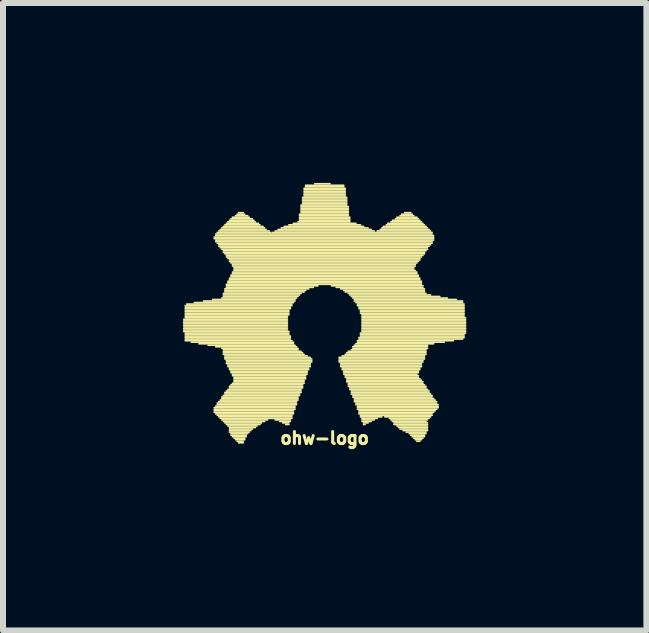
<source format=kicad_pcb>
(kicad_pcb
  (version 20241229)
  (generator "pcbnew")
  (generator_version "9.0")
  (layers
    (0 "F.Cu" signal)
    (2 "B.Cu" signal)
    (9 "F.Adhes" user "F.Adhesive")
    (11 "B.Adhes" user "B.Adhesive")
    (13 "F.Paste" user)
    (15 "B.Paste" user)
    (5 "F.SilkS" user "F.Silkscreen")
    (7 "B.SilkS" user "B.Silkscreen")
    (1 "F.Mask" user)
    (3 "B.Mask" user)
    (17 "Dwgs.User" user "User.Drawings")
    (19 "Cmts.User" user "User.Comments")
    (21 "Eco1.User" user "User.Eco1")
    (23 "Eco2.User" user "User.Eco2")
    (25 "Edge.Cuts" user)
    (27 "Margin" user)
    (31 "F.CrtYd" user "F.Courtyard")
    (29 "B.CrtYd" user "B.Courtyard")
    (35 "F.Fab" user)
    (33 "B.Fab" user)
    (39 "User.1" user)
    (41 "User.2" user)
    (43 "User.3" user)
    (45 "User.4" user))
  (footprint "ohw-logo"
    (layer "F.Cu")
    (at 2.363 2.325)
    (property "Reference" "ohw-logo" (at 0 1.93 0) (layer "F.SilkS") (effects (font (size 0.2 0.2) (thickness 0.05))))
    (attr through_hole)
    (fp_line (start -2.349 -0.051) (end -0.622 -0.051) (stroke (width 0.028) (type solid)) (layer "F.SilkS"))
    (fp_line (start -2.349 -0.025) (end -0.622 -0.025) (stroke (width 0.028) (type solid)) (layer "F.SilkS"))
    (fp_line (start -2.349 0) (end -0.622 0) (stroke (width 0.028) (type solid)) (layer "F.SilkS"))
    (fp_line (start -2.349 0.025) (end -0.622 0.025) (stroke (width 0.028) (type solid)) (layer "F.SilkS"))
    (fp_line (start -2.349 0.051) (end -0.622 0.051) (stroke (width 0.028) (type solid)) (layer "F.SilkS"))
    (fp_line (start -2.349 0.076) (end -0.622 0.076) (stroke (width 0.028) (type solid)) (layer "F.SilkS"))
    (fp_line (start -2.349 0.102) (end -0.622 0.102) (stroke (width 0.028) (type solid)) (layer "F.SilkS"))
    (fp_line (start -2.349 0.127) (end -0.622 0.127) (stroke (width 0.028) (type solid)) (layer "F.SilkS"))
    (fp_line (start -2.349 0.152) (end -0.597 0.152) (stroke (width 0.028) (type solid)) (layer "F.SilkS"))
    (fp_line (start -2.324 -0.279) (end -0.546 -0.279) (stroke (width 0.028) (type solid)) (layer "F.SilkS"))
    (fp_line (start -2.324 -0.254) (end -0.572 -0.254) (stroke (width 0.028) (type solid)) (layer "F.SilkS"))
    (fp_line (start -2.324 -0.229) (end -0.572 -0.229) (stroke (width 0.028) (type solid)) (layer "F.SilkS"))
    (fp_line (start -2.324 -0.203) (end -0.597 -0.203) (stroke (width 0.028) (type solid)) (layer "F.SilkS"))
    (fp_line (start -2.324 -0.178) (end -0.597 -0.178) (stroke (width 0.028) (type solid)) (layer "F.SilkS"))
    (fp_line (start -2.324 -0.152) (end -0.597 -0.152) (stroke (width 0.028) (type solid)) (layer "F.SilkS"))
    (fp_line (start -2.324 -0.127) (end -0.597 -0.127) (stroke (width 0.028) (type solid)) (layer "F.SilkS"))
    (fp_line (start -2.324 -0.102) (end -0.622 -0.102) (stroke (width 0.028) (type solid)) (layer "F.SilkS"))
    (fp_line (start -2.324 -0.076) (end -0.622 -0.076) (stroke (width 0.028) (type solid)) (layer "F.SilkS"))
    (fp_line (start -2.324 0.178) (end -0.597 0.178) (stroke (width 0.028) (type solid)) (layer "F.SilkS"))
    (fp_line (start -2.324 0.203) (end -0.597 0.203) (stroke (width 0.028) (type solid)) (layer "F.SilkS"))
    (fp_line (start -2.324 0.229) (end -0.572 0.229) (stroke (width 0.028) (type solid)) (layer "F.SilkS"))
    (fp_line (start -2.324 0.254) (end -0.572 0.254) (stroke (width 0.028) (type solid)) (layer "F.SilkS"))
    (fp_line (start -2.324 0.279) (end -0.572 0.279) (stroke (width 0.028) (type solid)) (layer "F.SilkS"))
    (fp_line (start -2.324 0.305) (end -0.546 0.305) (stroke (width 0.028) (type solid)) (layer "F.SilkS"))
    (fp_line (start -2.299 -0.305) (end -0.546 -0.305) (stroke (width 0.028) (type solid)) (layer "F.SilkS"))
    (fp_line (start -2.223 0.33) (end -0.521 0.33) (stroke (width 0.028) (type solid)) (layer "F.SilkS"))
    (fp_line (start -2.172 -0.33) (end -0.521 -0.33) (stroke (width 0.028) (type solid)) (layer "F.SilkS"))
    (fp_line (start -2.095 0.356) (end -0.521 0.356) (stroke (width 0.028) (type solid)) (layer "F.SilkS"))
    (fp_line (start -2.019 -0.356) (end -0.495 -0.356) (stroke (width 0.028) (type solid)) (layer "F.SilkS"))
    (fp_line (start -1.943 0.381) (end -0.495 0.381) (stroke (width 0.028) (type solid)) (layer "F.SilkS"))
    (fp_line (start -1.867 -0.381) (end -0.495 -0.381) (stroke (width 0.028) (type solid)) (layer "F.SilkS"))
    (fp_line (start -1.841 -1.422) (end 1.816 -1.422) (stroke (width 0.028) (type solid)) (layer "F.SilkS"))
    (fp_line (start -1.841 -1.397) (end 1.816 -1.397) (stroke (width 0.028) (type solid)) (layer "F.SilkS"))
    (fp_line (start -1.841 1.422) (end -0.495 1.422) (stroke (width 0.028) (type solid)) (layer "F.SilkS"))
    (fp_line (start -1.841 1.448) (end -0.495 1.448) (stroke (width 0.028) (type solid)) (layer "F.SilkS"))
    (fp_line (start -1.841 1.473) (end -0.521 1.473) (stroke (width 0.028) (type solid)) (layer "F.SilkS"))
    (fp_line (start -1.841 1.499) (end -0.521 1.499) (stroke (width 0.028) (type solid)) (layer "F.SilkS"))
    (fp_line (start -1.816 -1.473) (end 1.791 -1.473) (stroke (width 0.028) (type solid)) (layer "F.SilkS"))
    (fp_line (start -1.816 -1.448) (end 1.816 -1.448) (stroke (width 0.028) (type solid)) (layer "F.SilkS"))
    (fp_line (start -1.816 -1.372) (end 1.816 -1.372) (stroke (width 0.028) (type solid)) (layer "F.SilkS"))
    (fp_line (start -1.816 -1.346) (end 1.791 -1.346) (stroke (width 0.028) (type solid)) (layer "F.SilkS"))
    (fp_line (start -1.816 0.406) (end -0.47 0.406) (stroke (width 0.028) (type solid)) (layer "F.SilkS"))
    (fp_line (start -1.816 1.397) (end -0.495 1.397) (stroke (width 0.028) (type solid)) (layer "F.SilkS"))
    (fp_line (start -1.816 1.524) (end -0.521 1.524) (stroke (width 0.028) (type solid)) (layer "F.SilkS"))
    (fp_line (start -1.791 -1.499) (end -0.902 -1.499) (stroke (width 0.028) (type solid)) (layer "F.SilkS"))
    (fp_line (start -1.791 -1.321) (end 1.791 -1.321) (stroke (width 0.028) (type solid)) (layer "F.SilkS"))
    (fp_line (start -1.791 1.346) (end -0.47 1.346) (stroke (width 0.028) (type solid)) (layer "F.SilkS"))
    (fp_line (start -1.791 1.372) (end -0.47 1.372) (stroke (width 0.028) (type solid)) (layer "F.SilkS"))
    (fp_line (start -1.791 1.549) (end -0.546 1.549) (stroke (width 0.028) (type solid)) (layer "F.SilkS"))
    (fp_line (start -1.765 -1.524) (end -0.927 -1.524) (stroke (width 0.028) (type solid)) (layer "F.SilkS"))
    (fp_line (start -1.765 -1.295) (end 1.765 -1.295) (stroke (width 0.028) (type solid)) (layer "F.SilkS"))
    (fp_line (start -1.765 -1.27) (end 1.74 -1.27) (stroke (width 0.028) (type solid)) (layer "F.SilkS"))
    (fp_line (start -1.765 1.321) (end -0.47 1.321) (stroke (width 0.028) (type solid)) (layer "F.SilkS"))
    (fp_line (start -1.765 1.575) (end -0.546 1.575) (stroke (width 0.028) (type solid)) (layer "F.SilkS"))
    (fp_line (start -1.74 -1.549) (end -0.978 -1.549) (stroke (width 0.028) (type solid)) (layer "F.SilkS"))
    (fp_line (start -1.74 -1.245) (end 1.714 -1.245) (stroke (width 0.028) (type solid)) (layer "F.SilkS"))
    (fp_line (start -1.74 1.295) (end -0.445 1.295) (stroke (width 0.028) (type solid)) (layer "F.SilkS"))
    (fp_line (start -1.74 1.6) (end -0.546 1.6) (stroke (width 0.028) (type solid)) (layer "F.SilkS"))
    (fp_line (start -1.714 -1.575) (end -1.003 -1.575) (stroke (width 0.028) (type solid)) (layer "F.SilkS"))
    (fp_line (start -1.714 -1.219) (end 1.714 -1.219) (stroke (width 0.028) (type solid)) (layer "F.SilkS"))
    (fp_line (start -1.714 -0.406) (end -0.47 -0.406) (stroke (width 0.028) (type solid)) (layer "F.SilkS"))
    (fp_line (start -1.714 0.432) (end -0.445 0.432) (stroke (width 0.028) (type solid)) (layer "F.SilkS"))
    (fp_line (start -1.714 1.245) (end -0.445 1.245) (stroke (width 0.028) (type solid)) (layer "F.SilkS"))
    (fp_line (start -1.714 1.27) (end -0.445 1.27) (stroke (width 0.028) (type solid)) (layer "F.SilkS"))
    (fp_line (start -1.714 1.626) (end -0.953 1.626) (stroke (width 0.028) (type solid)) (layer "F.SilkS"))
    (fp_line (start -1.689 -1.6) (end -1.029 -1.6) (stroke (width 0.028) (type solid)) (layer "F.SilkS"))
    (fp_line (start -1.689 -1.194) (end 1.689 -1.194) (stroke (width 0.028) (type solid)) (layer "F.SilkS"))
    (fp_line (start -1.689 -1.168) (end 1.664 -1.168) (stroke (width 0.028) (type solid)) (layer "F.SilkS"))
    (fp_line (start -1.689 -0.483) (end -0.394 -0.483) (stroke (width 0.028) (type solid)) (layer "F.SilkS"))
    (fp_line (start -1.689 -0.457) (end -0.419 -0.457) (stroke (width 0.028) (type solid)) (layer "F.SilkS"))
    (fp_line (start -1.689 -0.432) (end -0.445 -0.432) (stroke (width 0.028) (type solid)) (layer "F.SilkS"))
    (fp_line (start -1.689 0.457) (end -0.445 0.457) (stroke (width 0.028) (type solid)) (layer "F.SilkS"))
    (fp_line (start -1.689 0.483) (end -0.394 0.483) (stroke (width 0.028) (type solid)) (layer "F.SilkS"))
    (fp_line (start -1.689 0.508) (end -0.368 0.508) (stroke (width 0.028) (type solid)) (layer "F.SilkS"))
    (fp_line (start -1.689 0.533) (end -0.343 0.533) (stroke (width 0.028) (type solid)) (layer "F.SilkS"))
    (fp_line (start -1.689 1.219) (end -0.419 1.219) (stroke (width 0.028) (type solid)) (layer "F.SilkS"))
    (fp_line (start -1.689 1.651) (end -1.003 1.651) (stroke (width 0.028) (type solid)) (layer "F.SilkS"))
    (fp_line (start -1.664 -1.626) (end -1.079 -1.626) (stroke (width 0.028) (type solid)) (layer "F.SilkS"))
    (fp_line (start -1.664 -1.143) (end 1.664 -1.143) (stroke (width 0.028) (type solid)) (layer "F.SilkS"))
    (fp_line (start -1.664 -0.559) (end -0.267 -0.559) (stroke (width 0.028) (type solid)) (layer "F.SilkS"))
    (fp_line (start -1.664 -0.533) (end -0.318 -0.533) (stroke (width 0.028) (type solid)) (layer "F.SilkS"))
    (fp_line (start -1.664 -0.508) (end -0.343 -0.508) (stroke (width 0.028) (type solid)) (layer "F.SilkS"))
    (fp_line (start -1.664 0.559) (end -0.292 0.559) (stroke (width 0.028) (type solid)) (layer "F.SilkS"))
    (fp_line (start -1.664 0.584) (end -0.241 0.584) (stroke (width 0.028) (type solid)) (layer "F.SilkS"))
    (fp_line (start -1.664 0.61) (end -0.216 0.61) (stroke (width 0.028) (type solid)) (layer "F.SilkS"))
    (fp_line (start -1.664 1.168) (end -0.394 1.168) (stroke (width 0.028) (type solid)) (layer "F.SilkS"))
    (fp_line (start -1.664 1.194) (end -0.419 1.194) (stroke (width 0.028) (type solid)) (layer "F.SilkS"))
    (fp_line (start -1.664 1.676) (end -1.054 1.676) (stroke (width 0.028) (type solid)) (layer "F.SilkS"))
    (fp_line (start -1.638 -1.651) (end -1.105 -1.651) (stroke (width 0.028) (type solid)) (layer "F.SilkS"))
    (fp_line (start -1.638 -1.118) (end 1.638 -1.118) (stroke (width 0.028) (type solid)) (layer "F.SilkS"))
    (fp_line (start -1.638 -1.092) (end 1.613 -1.092) (stroke (width 0.028) (type solid)) (layer "F.SilkS"))
    (fp_line (start -1.638 -0.635) (end 1.613 -0.635) (stroke (width 0.028) (type solid)) (layer "F.SilkS"))
    (fp_line (start -1.638 -0.61) (end -0.114 -0.61) (stroke (width 0.028) (type solid)) (layer "F.SilkS"))
    (fp_line (start -1.638 -0.584) (end -0.191 -0.584) (stroke (width 0.028) (type solid)) (layer "F.SilkS"))
    (fp_line (start -1.638 0.635) (end -0.216 0.635) (stroke (width 0.028) (type solid)) (layer "F.SilkS"))
    (fp_line (start -1.638 0.66) (end -0.216 0.66) (stroke (width 0.028) (type solid)) (layer "F.SilkS"))
    (fp_line (start -1.638 0.686) (end -0.241 0.686) (stroke (width 0.028) (type solid)) (layer "F.SilkS"))
    (fp_line (start -1.638 1.143) (end -0.394 1.143) (stroke (width 0.028) (type solid)) (layer "F.SilkS"))
    (fp_line (start -1.638 1.702) (end -1.079 1.702) (stroke (width 0.028) (type solid)) (layer "F.SilkS"))
    (fp_line (start -1.613 -1.676) (end -1.156 -1.676) (stroke (width 0.028) (type solid)) (layer "F.SilkS"))
    (fp_line (start -1.613 -1.067) (end 1.587 -1.067) (stroke (width 0.028) (type solid)) (layer "F.SilkS"))
    (fp_line (start -1.613 -0.686) (end 1.613 -0.686) (stroke (width 0.028) (type solid)) (layer "F.SilkS"))
    (fp_line (start -1.613 -0.66) (end 1.613 -0.66) (stroke (width 0.028) (type solid)) (layer "F.SilkS"))
    (fp_line (start -1.613 0.711) (end -0.241 0.711) (stroke (width 0.028) (type solid)) (layer "F.SilkS"))
    (fp_line (start -1.613 0.737) (end -0.241 0.737) (stroke (width 0.028) (type solid)) (layer "F.SilkS"))
    (fp_line (start -1.613 1.118) (end -0.394 1.118) (stroke (width 0.028) (type solid)) (layer "F.SilkS"))
    (fp_line (start -1.613 1.727) (end -1.13 1.727) (stroke (width 0.028) (type solid)) (layer "F.SilkS"))
    (fp_line (start -1.587 -1.702) (end -1.181 -1.702) (stroke (width 0.028) (type solid)) (layer "F.SilkS"))
    (fp_line (start -1.587 -1.041) (end 1.587 -1.041) (stroke (width 0.028) (type solid)) (layer "F.SilkS"))
    (fp_line (start -1.587 -1.016) (end 1.562 -1.016) (stroke (width 0.028) (type solid)) (layer "F.SilkS"))
    (fp_line (start -1.587 -0.737) (end 1.587 -0.737) (stroke (width 0.028) (type solid)) (layer "F.SilkS"))
    (fp_line (start -1.587 -0.711) (end 1.587 -0.711) (stroke (width 0.028) (type solid)) (layer "F.SilkS"))
    (fp_line (start -1.587 0.762) (end -0.267 0.762) (stroke (width 0.028) (type solid)) (layer "F.SilkS"))
    (fp_line (start -1.587 0.787) (end -0.267 0.787) (stroke (width 0.028) (type solid)) (layer "F.SilkS"))
    (fp_line (start -1.587 1.067) (end -0.368 1.067) (stroke (width 0.028) (type solid)) (layer "F.SilkS"))
    (fp_line (start -1.587 1.092) (end -0.368 1.092) (stroke (width 0.028) (type solid)) (layer "F.SilkS"))
    (fp_line (start -1.587 1.753) (end -1.156 1.753) (stroke (width 0.028) (type solid)) (layer "F.SilkS"))
    (fp_line (start -1.587 1.778) (end -1.206 1.778) (stroke (width 0.028) (type solid)) (layer "F.SilkS"))
    (fp_line (start -1.587 1.803) (end -1.232 1.803) (stroke (width 0.028) (type solid)) (layer "F.SilkS"))
    (fp_line (start -1.587 1.829) (end -1.257 1.829) (stroke (width 0.028) (type solid)) (layer "F.SilkS"))
    (fp_line (start -1.562 -1.727) (end -1.206 -1.727) (stroke (width 0.028) (type solid)) (layer "F.SilkS"))
    (fp_line (start -1.562 -0.991) (end 1.537 -0.991) (stroke (width 0.028) (type solid)) (layer "F.SilkS"))
    (fp_line (start -1.562 -0.787) (end 1.562 -0.787) (stroke (width 0.028) (type solid)) (layer "F.SilkS"))
    (fp_line (start -1.562 -0.762) (end 1.562 -0.762) (stroke (width 0.028) (type solid)) (layer "F.SilkS"))
    (fp_line (start -1.562 0.813) (end -0.292 0.813) (stroke (width 0.028) (type solid)) (layer "F.SilkS"))
    (fp_line (start -1.562 0.838) (end -0.292 0.838) (stroke (width 0.028) (type solid)) (layer "F.SilkS"))
    (fp_line (start -1.562 1.041) (end -0.368 1.041) (stroke (width 0.028) (type solid)) (layer "F.SilkS"))
    (fp_line (start -1.562 1.854) (end -1.283 1.854) (stroke (width 0.028) (type solid)) (layer "F.SilkS"))
    (fp_line (start -1.562 1.88) (end -1.308 1.88) (stroke (width 0.028) (type solid)) (layer "F.SilkS"))
    (fp_line (start -1.537 -1.753) (end -1.257 -1.753) (stroke (width 0.028) (type solid)) (layer "F.SilkS"))
    (fp_line (start -1.537 -0.965) (end 1.511 -0.965) (stroke (width 0.028) (type solid)) (layer "F.SilkS"))
    (fp_line (start -1.537 -0.94) (end 1.511 -0.94) (stroke (width 0.028) (type solid)) (layer "F.SilkS"))
    (fp_line (start -1.537 -0.838) (end 1.537 -0.838) (stroke (width 0.028) (type solid)) (layer "F.SilkS"))
    (fp_line (start -1.537 -0.813) (end 1.537 -0.813) (stroke (width 0.028) (type solid)) (layer "F.SilkS"))
    (fp_line (start -1.537 0.864) (end -0.292 0.864) (stroke (width 0.028) (type solid)) (layer "F.SilkS"))
    (fp_line (start -1.537 0.889) (end -0.318 0.889) (stroke (width 0.028) (type solid)) (layer "F.SilkS"))
    (fp_line (start -1.537 1.016) (end -0.343 1.016) (stroke (width 0.028) (type solid)) (layer "F.SilkS"))
    (fp_line (start -1.537 1.905) (end -1.308 1.905) (stroke (width 0.028) (type solid)) (layer "F.SilkS"))
    (fp_line (start -1.511 -0.914) (end 1.486 -0.914) (stroke (width 0.028) (type solid)) (layer "F.SilkS"))
    (fp_line (start -1.511 -0.889) (end 1.486 -0.889) (stroke (width 0.028) (type solid)) (layer "F.SilkS"))
    (fp_line (start -1.511 -0.864) (end 1.511 -0.864) (stroke (width 0.028) (type solid)) (layer "F.SilkS"))
    (fp_line (start -1.511 0.914) (end -0.318 0.914) (stroke (width 0.028) (type solid)) (layer "F.SilkS"))
    (fp_line (start -1.511 0.94) (end -0.318 0.94) (stroke (width 0.028) (type solid)) (layer "F.SilkS"))
    (fp_line (start -1.511 0.965) (end -0.343 0.965) (stroke (width 0.028) (type solid)) (layer "F.SilkS"))
    (fp_line (start -1.511 0.991) (end -0.343 0.991) (stroke (width 0.028) (type solid)) (layer "F.SilkS"))
    (fp_line (start -1.511 1.93) (end -1.333 1.93) (stroke (width 0.028) (type solid)) (layer "F.SilkS"))
    (fp_line (start -1.486 -1.778) (end -1.283 -1.778) (stroke (width 0.028) (type solid)) (layer "F.SilkS"))
    (fp_line (start -1.486 1.956) (end -1.333 1.956) (stroke (width 0.028) (type solid)) (layer "F.SilkS"))
    (fp_line (start -1.46 -1.803) (end -1.333 -1.803) (stroke (width 0.028) (type solid)) (layer "F.SilkS"))
    (fp_line (start -1.46 1.981) (end -1.359 1.981) (stroke (width 0.028) (type solid)) (layer "F.SilkS"))
    (fp_line (start -1.435 -1.829) (end -1.359 -1.829) (stroke (width 0.028) (type solid)) (layer "F.SilkS"))
    (fp_line (start -1.435 2.007) (end -1.359 2.007) (stroke (width 0.028) (type solid)) (layer "F.SilkS"))
    (fp_line (start -0.876 -1.499) (end 1.791 -1.499) (stroke (width 0.028) (type solid)) (layer "F.SilkS"))
    (fp_line (start -0.826 -1.524) (end 0.826 -1.524) (stroke (width 0.028) (type solid)) (layer "F.SilkS"))
    (fp_line (start -0.826 1.626) (end -0.572 1.626) (stroke (width 0.028) (type solid)) (layer "F.SilkS"))
    (fp_line (start -0.775 -1.549) (end 0.775 -1.549) (stroke (width 0.028) (type solid)) (layer "F.SilkS"))
    (fp_line (start -0.749 1.651) (end -0.572 1.651) (stroke (width 0.028) (type solid)) (layer "F.SilkS"))
    (fp_line (start -0.724 -1.575) (end 0.724 -1.575) (stroke (width 0.028) (type solid)) (layer "F.SilkS"))
    (fp_line (start -0.699 1.676) (end -0.597 1.676) (stroke (width 0.028) (type solid)) (layer "F.SilkS"))
    (fp_line (start -0.673 -1.6) (end 0.648 -1.6) (stroke (width 0.028) (type solid)) (layer "F.SilkS"))
    (fp_line (start -0.648 1.702) (end -0.597 1.702) (stroke (width 0.028) (type solid)) (layer "F.SilkS"))
    (fp_line (start -0.597 -1.626) (end 0.597 -1.626) (stroke (width 0.028) (type solid)) (layer "F.SilkS"))
    (fp_line (start -0.521 -1.651) (end 0.521 -1.651) (stroke (width 0.028) (type solid)) (layer "F.SilkS"))
    (fp_line (start -0.445 -1.676) (end 0.419 -1.676) (stroke (width 0.028) (type solid)) (layer "F.SilkS"))
    (fp_line (start -0.419 -1.803) (end 0.394 -1.803) (stroke (width 0.028) (type solid)) (layer "F.SilkS"))
    (fp_line (start -0.419 -1.778) (end 0.394 -1.778) (stroke (width 0.028) (type solid)) (layer "F.SilkS"))
    (fp_line (start -0.419 -1.753) (end 0.419 -1.753) (stroke (width 0.028) (type solid)) (layer "F.SilkS"))
    (fp_line (start -0.419 -1.727) (end 0.419 -1.727) (stroke (width 0.028) (type solid)) (layer "F.SilkS"))
    (fp_line (start -0.419 -1.702) (end 0.419 -1.702) (stroke (width 0.028) (type solid)) (layer "F.SilkS"))
    (fp_line (start -0.394 -1.956) (end 0.368 -1.956) (stroke (width 0.028) (type solid)) (layer "F.SilkS"))
    (fp_line (start -0.394 -1.93) (end 0.394 -1.93) (stroke (width 0.028) (type solid)) (layer "F.SilkS"))
    (fp_line (start -0.394 -1.905) (end 0.394 -1.905) (stroke (width 0.028) (type solid)) (layer "F.SilkS"))
    (fp_line (start -0.394 -1.88) (end 0.394 -1.88) (stroke (width 0.028) (type solid)) (layer "F.SilkS"))
    (fp_line (start -0.394 -1.854) (end 0.394 -1.854) (stroke (width 0.028) (type solid)) (layer "F.SilkS"))
    (fp_line (start -0.394 -1.829) (end 0.394 -1.829) (stroke (width 0.028) (type solid)) (layer "F.SilkS"))
    (fp_line (start -0.368 -2.083) (end 0.368 -2.083) (stroke (width 0.028) (type solid)) (layer "F.SilkS"))
    (fp_line (start -0.368 -2.057) (end 0.368 -2.057) (stroke (width 0.028) (type solid)) (layer "F.SilkS"))
    (fp_line (start -0.368 -2.032) (end 0.368 -2.032) (stroke (width 0.028) (type solid)) (layer "F.SilkS"))
    (fp_line (start -0.368 -2.007) (end 0.368 -2.007) (stroke (width 0.028) (type solid)) (layer "F.SilkS"))
    (fp_line (start -0.368 -1.981) (end 0.368 -1.981) (stroke (width 0.028) (type solid)) (layer "F.SilkS"))
    (fp_line (start -0.343 -2.235) (end 0.343 -2.235) (stroke (width 0.028) (type solid)) (layer "F.SilkS"))
    (fp_line (start -0.343 -2.21) (end 0.343 -2.21) (stroke (width 0.028) (type solid)) (layer "F.SilkS"))
    (fp_line (start -0.343 -2.184) (end 0.343 -2.184) (stroke (width 0.028) (type solid)) (layer "F.SilkS"))
    (fp_line (start -0.343 -2.159) (end 0.343 -2.159) (stroke (width 0.028) (type solid)) (layer "F.SilkS"))
    (fp_line (start -0.343 -2.134) (end 0.343 -2.134) (stroke (width 0.028) (type solid)) (layer "F.SilkS"))
    (fp_line (start -0.343 -2.108) (end 0.343 -2.108) (stroke (width 0.028) (type solid)) (layer "F.SilkS"))
    (fp_line (start -0.318 -2.286) (end 0.318 -2.286) (stroke (width 0.028) (type solid)) (layer "F.SilkS"))
    (fp_line (start -0.318 -2.261) (end 0.318 -2.261) (stroke (width 0.028) (type solid)) (layer "F.SilkS"))
    (fp_line (start -0.165 -2.311) (end 0.089 -2.311) (stroke (width 0.028) (type solid)) (layer "F.SilkS"))
    (fp_line (start 0.114 -0.61) (end 1.638 -0.61) (stroke (width 0.028) (type solid)) (layer "F.SilkS"))
    (fp_line (start 0.191 -0.584) (end 1.638 -0.584) (stroke (width 0.028) (type solid)) (layer "F.SilkS"))
    (fp_line (start 0.241 0.584) (end 1.664 0.584) (stroke (width 0.028) (type solid)) (layer "F.SilkS"))
    (fp_line (start 0.241 0.61) (end 1.664 0.61) (stroke (width 0.028) (type solid)) (layer "F.SilkS"))
    (fp_line (start 0.241 0.635) (end 1.638 0.635) (stroke (width 0.028) (type solid)) (layer "F.SilkS"))
    (fp_line (start 0.241 0.66) (end 1.638 0.66) (stroke (width 0.028) (type solid)) (layer "F.SilkS"))
    (fp_line (start 0.267 -0.559) (end 1.664 -0.559) (stroke (width 0.028) (type solid)) (layer "F.SilkS"))
    (fp_line (start 0.267 0.686) (end 1.613 0.686) (stroke (width 0.028) (type solid)) (layer "F.SilkS"))
    (fp_line (start 0.267 0.711) (end 1.613 0.711) (stroke (width 0.028) (type solid)) (layer "F.SilkS"))
    (fp_line (start 0.267 0.737) (end 1.613 0.737) (stroke (width 0.028) (type solid)) (layer "F.SilkS"))
    (fp_line (start 0.292 0.559) (end 1.664 0.559) (stroke (width 0.028) (type solid)) (layer "F.SilkS"))
    (fp_line (start 0.292 0.762) (end 1.587 0.762) (stroke (width 0.028) (type solid)) (layer "F.SilkS"))
    (fp_line (start 0.292 0.787) (end 1.587 0.787) (stroke (width 0.028) (type solid)) (layer "F.SilkS"))
    (fp_line (start 0.318 -0.533) (end 1.664 -0.533) (stroke (width 0.028) (type solid)) (layer "F.SilkS"))
    (fp_line (start 0.318 0.813) (end 1.562 0.813) (stroke (width 0.028) (type solid)) (layer "F.SilkS"))
    (fp_line (start 0.318 0.838) (end 1.562 0.838) (stroke (width 0.028) (type solid)) (layer "F.SilkS"))
    (fp_line (start 0.318 0.864) (end 1.537 0.864) (stroke (width 0.028) (type solid)) (layer "F.SilkS"))
    (fp_line (start 0.343 -0.508) (end 1.664 -0.508) (stroke (width 0.028) (type solid)) (layer "F.SilkS"))
    (fp_line (start 0.343 0.533) (end 1.689 0.533) (stroke (width 0.028) (type solid)) (layer "F.SilkS"))
    (fp_line (start 0.343 0.889) (end 1.562 0.889) (stroke (width 0.028) (type solid)) (layer "F.SilkS"))
    (fp_line (start 0.343 0.914) (end 1.562 0.914) (stroke (width 0.028) (type solid)) (layer "F.SilkS"))
    (fp_line (start 0.368 0.508) (end 1.689 0.508) (stroke (width 0.028) (type solid)) (layer "F.SilkS"))
    (fp_line (start 0.368 0.94) (end 1.587 0.94) (stroke (width 0.028) (type solid)) (layer "F.SilkS"))
    (fp_line (start 0.368 0.965) (end 1.613 0.965) (stroke (width 0.028) (type solid)) (layer "F.SilkS"))
    (fp_line (start 0.368 0.991) (end 1.638 0.991) (stroke (width 0.028) (type solid)) (layer "F.SilkS"))
    (fp_line (start 0.394 -0.483) (end 1.689 -0.483) (stroke (width 0.028) (type solid)) (layer "F.SilkS"))
    (fp_line (start 0.394 0.483) (end 1.689 0.483) (stroke (width 0.028) (type solid)) (layer "F.SilkS"))
    (fp_line (start 0.394 1.016) (end 1.638 1.016) (stroke (width 0.028) (type solid)) (layer "F.SilkS"))
    (fp_line (start 0.394 1.041) (end 1.664 1.041) (stroke (width 0.028) (type solid)) (layer "F.SilkS"))
    (fp_line (start 0.394 1.067) (end 1.689 1.067) (stroke (width 0.028) (type solid)) (layer "F.SilkS"))
    (fp_line (start 0.419 -0.457) (end 1.765 -0.457) (stroke (width 0.028) (type solid)) (layer "F.SilkS"))
    (fp_line (start 0.419 1.092) (end 1.689 1.092) (stroke (width 0.028) (type solid)) (layer "F.SilkS"))
    (fp_line (start 0.419 1.118) (end 1.714 1.118) (stroke (width 0.028) (type solid)) (layer "F.SilkS"))
    (fp_line (start 0.445 -0.432) (end 1.918 -0.432) (stroke (width 0.028) (type solid)) (layer "F.SilkS"))
    (fp_line (start 0.445 0.457) (end 1.689 0.457) (stroke (width 0.028) (type solid)) (layer "F.SilkS"))
    (fp_line (start 0.445 1.143) (end 1.74 1.143) (stroke (width 0.028) (type solid)) (layer "F.SilkS"))
    (fp_line (start 0.445 1.168) (end 1.74 1.168) (stroke (width 0.028) (type solid)) (layer "F.SilkS"))
    (fp_line (start 0.445 1.194) (end 1.765 1.194) (stroke (width 0.028) (type solid)) (layer "F.SilkS"))
    (fp_line (start 0.47 -0.406) (end 2.045 -0.406) (stroke (width 0.028) (type solid)) (layer "F.SilkS"))
    (fp_line (start 0.47 0.406) (end 1.714 0.406) (stroke (width 0.028) (type solid)) (layer "F.SilkS"))
    (fp_line (start 0.47 0.432) (end 1.714 0.432) (stroke (width 0.028) (type solid)) (layer "F.SilkS"))
    (fp_line (start 0.47 1.219) (end 1.791 1.219) (stroke (width 0.028) (type solid)) (layer "F.SilkS"))
    (fp_line (start 0.47 1.245) (end 1.791 1.245) (stroke (width 0.028) (type solid)) (layer "F.SilkS"))
    (fp_line (start 0.495 -0.381) (end 2.197 -0.381) (stroke (width 0.028) (type solid)) (layer "F.SilkS"))
    (fp_line (start 0.495 -0.356) (end 2.299 -0.356) (stroke (width 0.028) (type solid)) (layer "F.SilkS"))
    (fp_line (start 0.495 0.381) (end 1.714 0.381) (stroke (width 0.028) (type solid)) (layer "F.SilkS"))
    (fp_line (start 0.495 1.27) (end 1.816 1.27) (stroke (width 0.028) (type solid)) (layer "F.SilkS"))
    (fp_line (start 0.495 1.295) (end 1.841 1.295) (stroke (width 0.028) (type solid)) (layer "F.SilkS"))
    (fp_line (start 0.495 1.321) (end 1.867 1.321) (stroke (width 0.028) (type solid)) (layer "F.SilkS"))
    (fp_line (start 0.521 -0.33) (end 2.299 -0.33) (stroke (width 0.028) (type solid)) (layer "F.SilkS"))
    (fp_line (start 0.521 0.356) (end 1.816 0.356) (stroke (width 0.028) (type solid)) (layer "F.SilkS"))
    (fp_line (start 0.521 1.346) (end 1.867 1.346) (stroke (width 0.028) (type solid)) (layer "F.SilkS"))
    (fp_line (start 0.521 1.372) (end 1.892 1.372) (stroke (width 0.028) (type solid)) (layer "F.SilkS"))
    (fp_line (start 0.546 -0.305) (end 2.324 -0.305) (stroke (width 0.028) (type solid)) (layer "F.SilkS"))
    (fp_line (start 0.546 -0.279) (end 2.324 -0.279) (stroke (width 0.028) (type solid)) (layer "F.SilkS"))
    (fp_line (start 0.546 0.305) (end 2.146 0.305) (stroke (width 0.028) (type solid)) (layer "F.SilkS"))
    (fp_line (start 0.546 0.33) (end 1.994 0.33) (stroke (width 0.028) (type solid)) (layer "F.SilkS"))
    (fp_line (start 0.546 1.397) (end 1.892 1.397) (stroke (width 0.028) (type solid)) (layer "F.SilkS"))
    (fp_line (start 0.546 1.422) (end 1.892 1.422) (stroke (width 0.028) (type solid)) (layer "F.SilkS"))
    (fp_line (start 0.546 1.448) (end 1.867 1.448) (stroke (width 0.028) (type solid)) (layer "F.SilkS"))
    (fp_line (start 0.572 -0.254) (end 2.324 -0.254) (stroke (width 0.028) (type solid)) (layer "F.SilkS"))
    (fp_line (start 0.572 -0.229) (end 2.324 -0.229) (stroke (width 0.028) (type solid)) (layer "F.SilkS"))
    (fp_line (start 0.572 0.254) (end 2.324 0.254) (stroke (width 0.028) (type solid)) (layer "F.SilkS"))
    (fp_line (start 0.572 0.279) (end 2.299 0.279) (stroke (width 0.028) (type solid)) (layer "F.SilkS"))
    (fp_line (start 0.572 1.473) (end 1.841 1.473) (stroke (width 0.028) (type solid)) (layer "F.SilkS"))
    (fp_line (start 0.572 1.499) (end 1.816 1.499) (stroke (width 0.028) (type solid)) (layer "F.SilkS"))
    (fp_line (start 0.572 1.524) (end 1.791 1.524) (stroke (width 0.028) (type solid)) (layer "F.SilkS"))
    (fp_line (start 0.597 -0.203) (end 2.324 -0.203) (stroke (width 0.028) (type solid)) (layer "F.SilkS"))
    (fp_line (start 0.597 -0.178) (end 2.324 -0.178) (stroke (width 0.028) (type solid)) (layer "F.SilkS"))
    (fp_line (start 0.597 -0.152) (end 2.324 -0.152) (stroke (width 0.028) (type solid)) (layer "F.SilkS"))
    (fp_line (start 0.597 0.178) (end 2.349 0.178) (stroke (width 0.028) (type solid)) (layer "F.SilkS"))
    (fp_line (start 0.597 0.203) (end 2.324 0.203) (stroke (width 0.028) (type solid)) (layer "F.SilkS"))
    (fp_line (start 0.597 0.229) (end 2.324 0.229) (stroke (width 0.028) (type solid)) (layer "F.SilkS"))
    (fp_line (start 0.597 1.549) (end 1.791 1.549) (stroke (width 0.028) (type solid)) (layer "F.SilkS"))
    (fp_line (start 0.597 1.575) (end 0.953 1.575) (stroke (width 0.028) (type solid)) (layer "F.SilkS"))
    (fp_line (start 0.622 -0.127) (end 2.324 -0.127) (stroke (width 0.028) (type solid)) (layer "F.SilkS"))
    (fp_line (start 0.622 -0.102) (end 2.324 -0.102) (stroke (width 0.028) (type solid)) (layer "F.SilkS"))
    (fp_line (start 0.622 -0.076) (end 2.349 -0.076) (stroke (width 0.028) (type solid)) (layer "F.SilkS"))
    (fp_line (start 0.622 -0.051) (end 2.349 -0.051) (stroke (width 0.028) (type solid)) (layer "F.SilkS"))
    (fp_line (start 0.622 -0.025) (end 2.349 -0.025) (stroke (width 0.028) (type solid)) (layer "F.SilkS"))
    (fp_line (start 0.622 0) (end 2.349 0) (stroke (width 0.028) (type solid)) (layer "F.SilkS"))
    (fp_line (start 0.622 0.025) (end 2.349 0.025) (stroke (width 0.028) (type solid)) (layer "F.SilkS"))
    (fp_line (start 0.622 0.051) (end 2.349 0.051) (stroke (width 0.028) (type solid)) (layer "F.SilkS"))
    (fp_line (start 0.622 0.076) (end 2.349 0.076) (stroke (width 0.028) (type solid)) (layer "F.SilkS"))
    (fp_line (start 0.622 0.102) (end 2.349 0.102) (stroke (width 0.028) (type solid)) (layer "F.SilkS"))
    (fp_line (start 0.622 0.127) (end 2.349 0.127) (stroke (width 0.028) (type solid)) (layer "F.SilkS"))
    (fp_line (start 0.622 0.152) (end 2.349 0.152) (stroke (width 0.028) (type solid)) (layer "F.SilkS"))
    (fp_line (start 0.622 1.6) (end 0.876 1.6) (stroke (width 0.028) (type solid)) (layer "F.SilkS"))
    (fp_line (start 0.622 1.626) (end 0.826 1.626) (stroke (width 0.028) (type solid)) (layer "F.SilkS"))
    (fp_line (start 0.622 1.651) (end 0.775 1.651) (stroke (width 0.028) (type solid)) (layer "F.SilkS"))
    (fp_line (start 0.648 1.676) (end 0.724 1.676) (stroke (width 0.028) (type solid)) (layer "F.SilkS"))
    (fp_line (start 0.648 1.702) (end 0.673 1.702) (stroke (width 0.028) (type solid)) (layer "F.SilkS"))
    (fp_line (start 0.876 -1.524) (end 1.765 -1.524) (stroke (width 0.028) (type solid)) (layer "F.SilkS"))
    (fp_line (start 0.927 -1.549) (end 1.74 -1.549) (stroke (width 0.028) (type solid)) (layer "F.SilkS"))
    (fp_line (start 0.953 -1.575) (end 1.714 -1.575) (stroke (width 0.028) (type solid)) (layer "F.SilkS"))
    (fp_line (start 0.978 -1.6) (end 1.689 -1.6) (stroke (width 0.028) (type solid)) (layer "F.SilkS"))
    (fp_line (start 1.003 1.575) (end 1.765 1.575) (stroke (width 0.028) (type solid)) (layer "F.SilkS"))
    (fp_line (start 1.029 -1.626) (end 1.664 -1.626) (stroke (width 0.028) (type solid)) (layer "F.SilkS"))
    (fp_line (start 1.054 -1.651) (end 1.638 -1.651) (stroke (width 0.028) (type solid)) (layer "F.SilkS"))
    (fp_line (start 1.079 1.6) (end 1.74 1.6) (stroke (width 0.028) (type solid)) (layer "F.SilkS"))
    (fp_line (start 1.105 -1.676) (end 1.613 -1.676) (stroke (width 0.028) (type solid)) (layer "F.SilkS"))
    (fp_line (start 1.105 1.626) (end 1.714 1.626) (stroke (width 0.028) (type solid)) (layer "F.SilkS"))
    (fp_line (start 1.13 -1.702) (end 1.587 -1.702) (stroke (width 0.028) (type solid)) (layer "F.SilkS"))
    (fp_line (start 1.13 1.651) (end 1.689 1.651) (stroke (width 0.028) (type solid)) (layer "F.SilkS"))
    (fp_line (start 1.156 1.676) (end 1.714 1.676) (stroke (width 0.028) (type solid)) (layer "F.SilkS"))
    (fp_line (start 1.156 1.702) (end 1.714 1.702) (stroke (width 0.028) (type solid)) (layer "F.SilkS"))
    (fp_line (start 1.181 -1.727) (end 1.562 -1.727) (stroke (width 0.028) (type solid)) (layer "F.SilkS"))
    (fp_line (start 1.206 -1.753) (end 1.537 -1.753) (stroke (width 0.028) (type solid)) (layer "F.SilkS"))
    (fp_line (start 1.206 1.727) (end 1.714 1.727) (stroke (width 0.028) (type solid)) (layer "F.SilkS"))
    (fp_line (start 1.232 1.753) (end 1.714 1.753) (stroke (width 0.028) (type solid)) (layer "F.SilkS"))
    (fp_line (start 1.257 -1.778) (end 1.486 -1.778) (stroke (width 0.028) (type solid)) (layer "F.SilkS"))
    (fp_line (start 1.257 1.778) (end 1.714 1.778) (stroke (width 0.028) (type solid)) (layer "F.SilkS"))
    (fp_line (start 1.283 -1.803) (end 1.46 -1.803) (stroke (width 0.028) (type solid)) (layer "F.SilkS"))
    (fp_line (start 1.308 1.803) (end 1.714 1.803) (stroke (width 0.028) (type solid)) (layer "F.SilkS"))
    (fp_line (start 1.333 -1.829) (end 1.435 -1.829) (stroke (width 0.028) (type solid)) (layer "F.SilkS"))
    (fp_line (start 1.359 1.829) (end 1.689 1.829) (stroke (width 0.028) (type solid)) (layer "F.SilkS"))
    (fp_line (start 1.41 1.854) (end 1.689 1.854) (stroke (width 0.028) (type solid)) (layer "F.SilkS"))
    (fp_line (start 1.435 1.88) (end 1.664 1.88) (stroke (width 0.028) (type solid)) (layer "F.SilkS"))
    (fp_line (start 1.46 1.905) (end 1.664 1.905) (stroke (width 0.028) (type solid)) (layer "F.SilkS"))
    (fp_line (start 1.486 1.93) (end 1.638 1.93) (stroke (width 0.028) (type solid)) (layer "F.SilkS"))
    (fp_line (start 1.511 1.956) (end 1.613 1.956) (stroke (width 0.028) (type solid)) (layer "F.SilkS"))
    (fp_line (start 1.537 1.981) (end 1.587 1.981) (stroke (width 0.028) (type solid)) (layer "F.SilkS")))
  (gr_rect
    (start -3 -3)
    (end 7.727 7.461)
    (stroke (width 0.1) (type default))
    (fill no)
    (layer "Edge.Cuts")))
</source>
